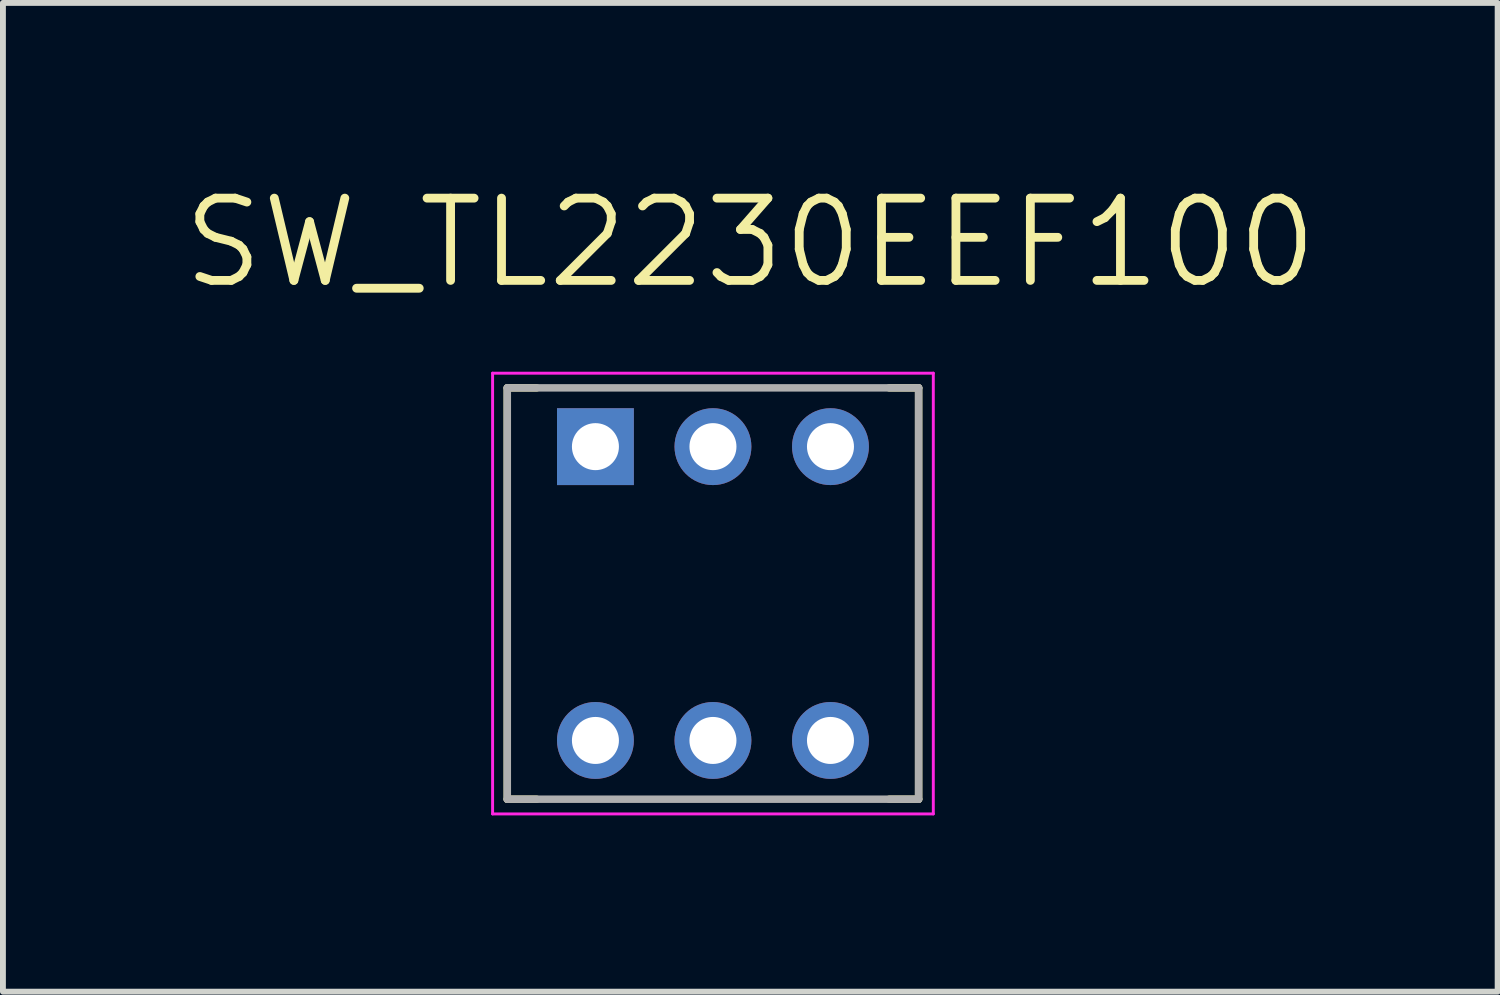
<source format=kicad_pcb>
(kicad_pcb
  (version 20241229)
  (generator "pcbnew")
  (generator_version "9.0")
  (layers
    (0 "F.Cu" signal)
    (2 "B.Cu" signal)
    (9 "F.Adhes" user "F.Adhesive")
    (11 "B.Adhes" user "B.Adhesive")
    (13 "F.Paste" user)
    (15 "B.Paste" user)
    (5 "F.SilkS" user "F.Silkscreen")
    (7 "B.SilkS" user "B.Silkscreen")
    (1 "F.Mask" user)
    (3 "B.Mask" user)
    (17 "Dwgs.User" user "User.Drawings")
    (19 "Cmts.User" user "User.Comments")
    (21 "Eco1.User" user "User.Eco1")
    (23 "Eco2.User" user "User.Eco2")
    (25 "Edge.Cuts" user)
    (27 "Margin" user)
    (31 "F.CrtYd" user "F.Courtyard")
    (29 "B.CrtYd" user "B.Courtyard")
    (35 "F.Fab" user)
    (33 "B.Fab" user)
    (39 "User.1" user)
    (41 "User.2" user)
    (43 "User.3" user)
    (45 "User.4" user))
  (footprint "SW_TL2230EEF100"
    (layer "F.Cu")
    (at 9.083 7.051)
    (property "Reference" "SW_TL2230EEF100" (at 0.635 -5.969 0) (layer "F.SilkS") (effects (font (size 1.4 1.4) (thickness 0.15))))
    (attr through_hole)
    (fp_line (start -3.5 -3.5) (end -3 -3.5) (stroke (width 0.127) (type solid)) (layer "F.SilkS"))
    (fp_line (start -3.5 3.5) (end -3.5 -3.5) (stroke (width 0.127) (type solid)) (layer "F.SilkS"))
    (fp_line (start -3.5 3.5) (end -3 3.5) (stroke (width 0.127) (type solid)) (layer "F.SilkS"))
    (fp_line (start 3 -3.5) (end 3.5 -3.5) (stroke (width 0.127) (type solid)) (layer "F.SilkS"))
    (fp_line (start 3 3.5) (end 3.5 3.5) (stroke (width 0.127) (type solid)) (layer "F.SilkS"))
    (fp_line (start 3.5 -3.5) (end 3.5 3.5) (stroke (width 0.127) (type solid)) (layer "F.SilkS"))
    (fp_line (start -3.75 -3.75) (end 3.75 -3.75) (stroke (width 0.05) (type solid)) (layer "F.CrtYd"))
    (fp_line (start -3.75 3.75) (end -3.75 -3.75) (stroke (width 0.05) (type solid)) (layer "F.CrtYd"))
    (fp_line (start 3.75 -3.75) (end 3.75 3.75) (stroke (width 0.05) (type solid)) (layer "F.CrtYd"))
    (fp_line (start 3.75 3.75) (end -3.75 3.75) (stroke (width 0.05) (type solid)) (layer "F.CrtYd"))
    (fp_line (start -3.5 -3.5) (end 3.5 -3.5) (stroke (width 0.127) (type solid)) (layer "F.Fab"))
    (fp_line (start -3.5 3.5) (end -3.5 -3.5) (stroke (width 0.127) (type solid)) (layer "F.Fab"))
    (fp_line (start 3.5 -3.5) (end 3.5 3.5) (stroke (width 0.127) (type solid)) (layer "F.Fab"))
    (fp_line (start 3.5 3.5) (end -3.5 3.5) (stroke (width 0.127) (type solid)) (layer "F.Fab"))
    (pad "1" thru_hole rect (at -2 -2.5) (size 1.308 1.308) (drill 0.8) (layers "*.Cu" "*.Mask"))
    (pad "2" thru_hole circle (at 0 -2.5) (size 1.308 1.308) (drill 0.8) (layers "*.Cu" "*.Mask"))
    (pad "3" thru_hole circle (at 2 -2.5) (size 1.308 1.308) (drill 0.8) (layers "*.Cu" "*.Mask"))
    (pad "4" thru_hole circle (at -2 2.5) (size 1.308 1.308) (drill 0.8) (layers "*.Cu" "*.Mask"))
    (pad "5" thru_hole circle (at 0 2.5) (size 1.308 1.308) (drill 0.8) (layers "*.Cu" "*.Mask"))
    (pad "6" thru_hole circle (at 2 2.5) (size 1.308 1.308) (drill 0.8) (layers "*.Cu" "*.Mask")))
  (gr_rect
    (start -3 -3)
    (end 22.437 13.826)
    (stroke (width 0.1) (type default))
    (fill no)
    (layer "Edge.Cuts")))
</source>
